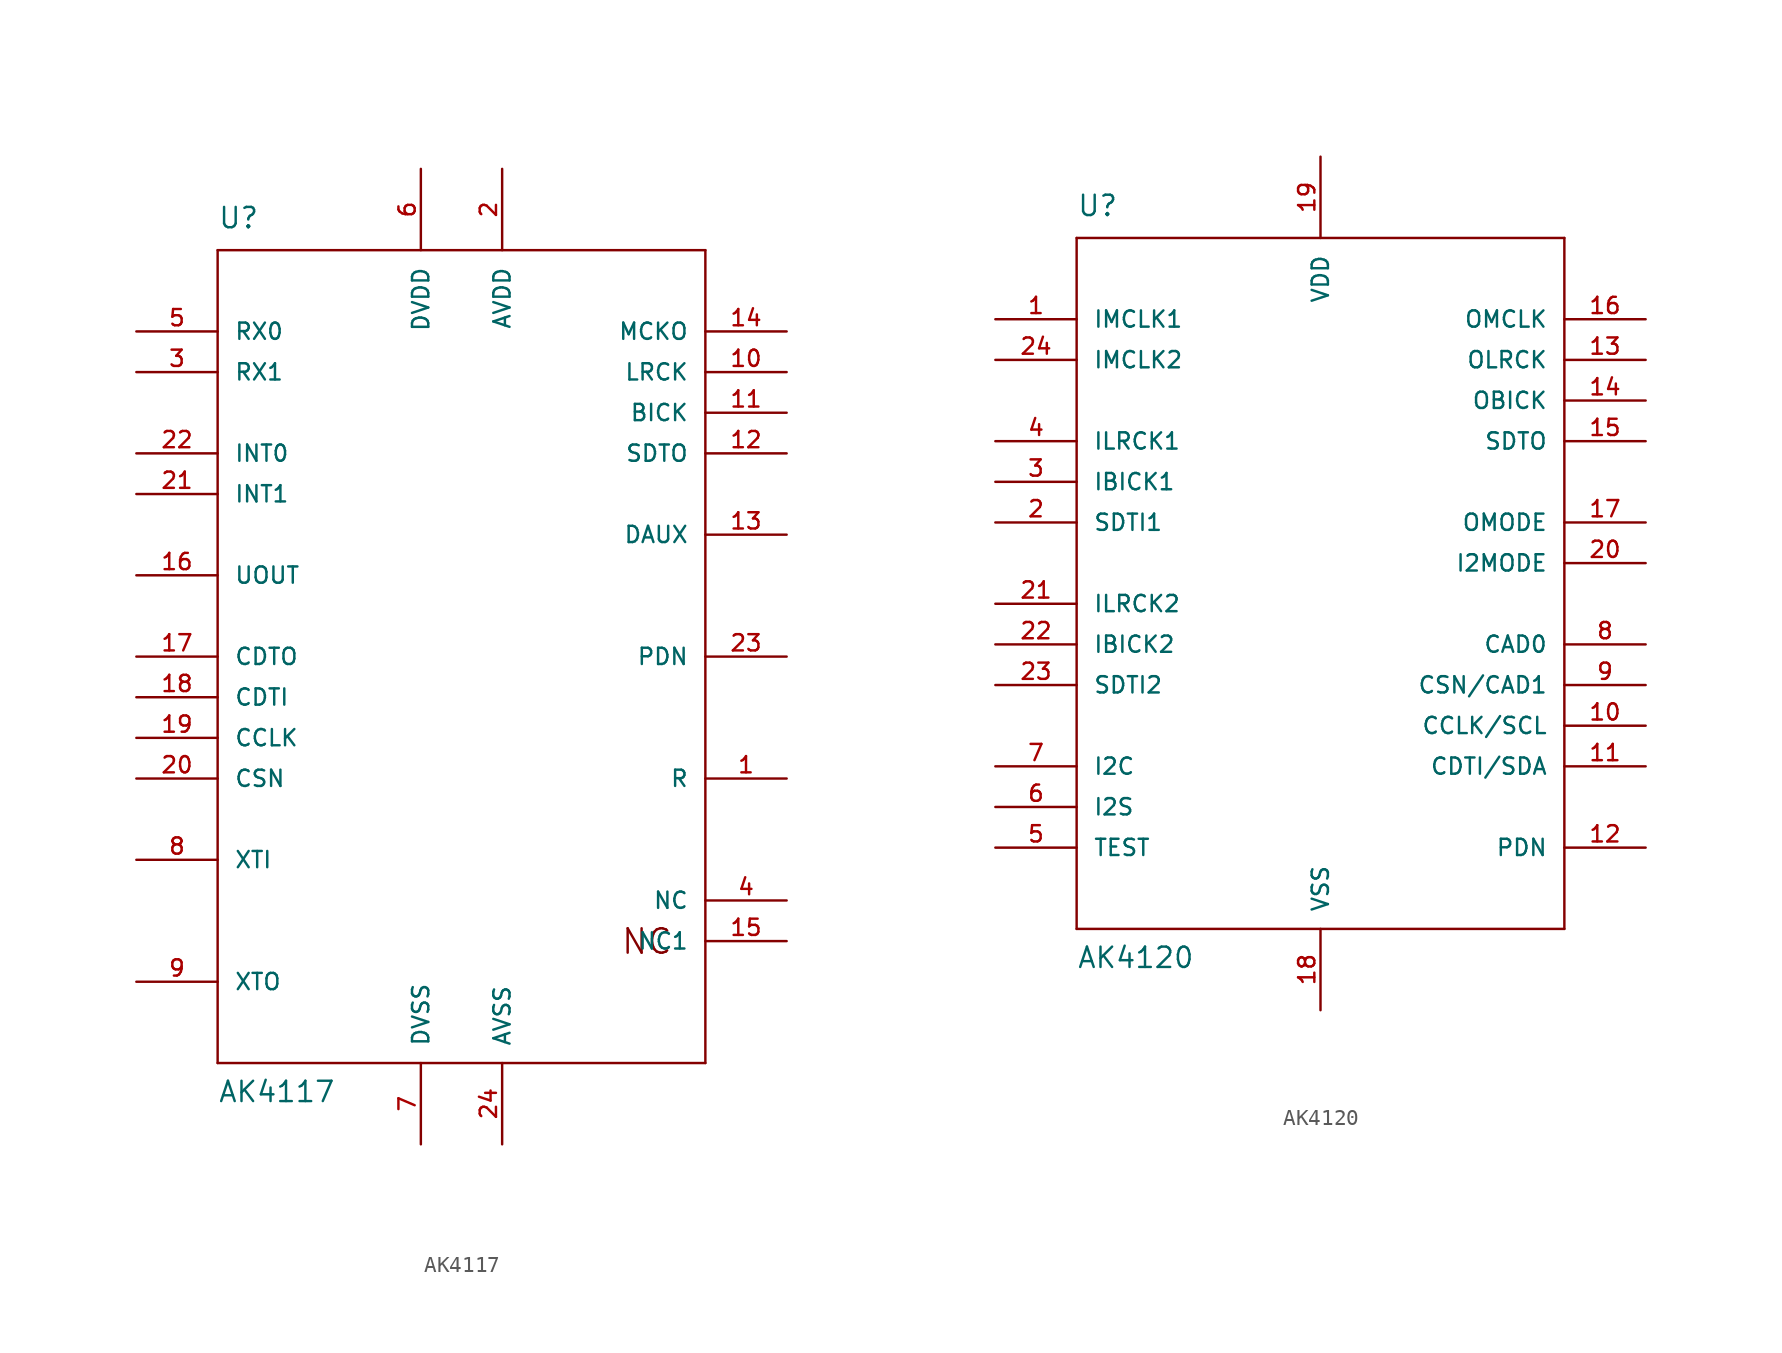
<source format=kicad_sym>
(kicad_symbol_lib
  (version 20211014)
  (generator kicad_symbol_editor)
  (symbol "AK4117"
    (pin_names
      (offset 1.016))
    (property "Reference" "U"
      (at -15.24 26.67 0)
      (effects (font (size 1.27 1.27)) (justify left bottom)))
    (property "Value" "AK4117"
      (at -15.24 -27.94 0)
      (effects (font (size 1.27 1.27)) (justify left bottom)))
    (property "ki_locked" ""
      (at 0 0 0)
      (effects (font (size 1.27 1.27))))
    (symbol "AK4117_1_0"
      (polyline (pts (xy -15.24 -25.4) (xy -15.24 25.4)) (stroke (width 0) (type default) (color 0 0 0 0)) (fill (type none)))
      (polyline (pts (xy -15.24 25.4) (xy 15.24 25.4)) (stroke (width 0) (type default) (color 0 0 0 0)) (fill (type none)))
      (polyline (pts (xy 15.24 -25.4) (xy -15.24 -25.4)) (stroke (width 0) (type default) (color 0 0 0 0)) (fill (type none)))
      (polyline (pts (xy 15.24 25.4) (xy 15.24 -25.4)) (stroke (width 0) (type default) (color 0 0 0 0)) (fill (type none)))
      (text "NC" (at 11.582 -17.805 0) (effects (font (size 1.524 1.524)))))
    (symbol "AK4117_1_1"
      (pin passive line (at 20.32 -7.62 180) (length 5.08) (name "R" (effects (font (size 1.016 1.016)))) (number "1" (effects (font (size 1.016 1.016)))))
      (pin bidirectional line (at 20.32 17.78 180) (length 5.08) (name "LRCK" (effects (font (size 1.016 1.016)))) (number "10" (effects (font (size 1.016 1.016)))))
      (pin bidirectional line (at 20.32 15.24 180) (length 5.08) (name "BICK" (effects (font (size 1.016 1.016)))) (number "11" (effects (font (size 1.016 1.016)))))
      (pin output line (at 20.32 12.7 180) (length 5.08) (name "SDTO" (effects (font (size 1.016 1.016)))) (number "12" (effects (font (size 1.016 1.016)))))
      (pin output line (at 20.32 7.62 180) (length 5.08) (name "DAUX" (effects (font (size 1.016 1.016)))) (number "13" (effects (font (size 1.016 1.016)))))
      (pin input line (at 20.32 20.32 180) (length 5.08) (name "MCKO" (effects (font (size 1.016 1.016)))) (number "14" (effects (font (size 1.016 1.016)))))
      (pin input line (at 20.32 -17.78 180) (length 5.08) (name "NC1" (effects (font (size 1.016 1.016)))) (number "15" (effects (font (size 1.016 1.016)))))
      (pin output line (at -20.32 5.08 0) (length 5.08) (name "UOUT" (effects (font (size 1.016 1.016)))) (number "16" (effects (font (size 1.016 1.016)))))
      (pin output line (at -20.32 0 0) (length 5.08) (name "CDTO" (effects (font (size 1.016 1.016)))) (number "17" (effects (font (size 1.016 1.016)))))
      (pin input line (at -20.32 -2.54 0) (length 5.08) (name "CDTI" (effects (font (size 1.016 1.016)))) (number "18" (effects (font (size 1.016 1.016)))))
      (pin input line (at -20.32 -5.08 0) (length 5.08) (name "CCLK" (effects (font (size 1.016 1.016)))) (number "19" (effects (font (size 1.016 1.016)))))
      (pin power_in line (at 2.54 30.48 270) (length 5.08) (name "AVDD" (effects (font (size 1.016 1.016)))) (number "2" (effects (font (size 1.016 1.016)))))
      (pin input line (at -20.32 -7.62 0) (length 5.08) (name "CSN" (effects (font (size 1.016 1.016)))) (number "20" (effects (font (size 1.016 1.016)))))
      (pin output line (at -20.32 10.16 0) (length 5.08) (name "INT1" (effects (font (size 1.016 1.016)))) (number "21" (effects (font (size 1.016 1.016)))))
      (pin output line (at -20.32 12.7 0) (length 5.08) (name "INT0" (effects (font (size 1.016 1.016)))) (number "22" (effects (font (size 1.016 1.016)))))
      (pin input line (at 20.32 0 180) (length 5.08) (name "PDN" (effects (font (size 1.016 1.016)))) (number "23" (effects (font (size 1.016 1.016)))))
      (pin power_in line (at 2.54 -30.48 90) (length 5.08) (name "AVSS" (effects (font (size 1.016 1.016)))) (number "24" (effects (font (size 1.016 1.016)))))
      (pin input line (at -20.32 17.78 0) (length 5.08) (name "RX1" (effects (font (size 1.016 1.016)))) (number "3" (effects (font (size 1.016 1.016)))))
      (pin input line (at 20.32 -15.24 180) (length 5.08) (name "NC" (effects (font (size 1.016 1.016)))) (number "4" (effects (font (size 1.016 1.016)))))
      (pin input line (at -20.32 20.32 0) (length 5.08) (name "RX0" (effects (font (size 1.016 1.016)))) (number "5" (effects (font (size 1.016 1.016)))))
      (pin power_in line (at -2.54 30.48 270) (length 5.08) (name "DVDD" (effects (font (size 1.016 1.016)))) (number "6" (effects (font (size 1.016 1.016)))))
      (pin power_in line (at -2.54 -30.48 90) (length 5.08) (name "DVSS" (effects (font (size 1.016 1.016)))) (number "7" (effects (font (size 1.016 1.016)))))
      (pin input line (at -20.32 -12.7 0) (length 5.08) (name "XTI" (effects (font (size 1.016 1.016)))) (number "8" (effects (font (size 1.016 1.016)))))
      (pin output line (at -20.32 -20.32 0) (length 5.08) (name "XTO" (effects (font (size 1.016 1.016)))) (number "9" (effects (font (size 1.016 1.016)))))))
  (symbol "AK4120"
    (pin_names
      (offset 1.016))
    (property "Reference" "U"
      (at -15.24 24.13 0)
      (effects (font (size 1.27 1.27)) (justify left bottom)))
    (property "Value" "AK4120"
      (at -15.24 -22.86 0)
      (effects (font (size 1.27 1.27)) (justify left bottom)))
    (property "ki_locked" ""
      (at 0 0 0)
      (effects (font (size 1.27 1.27))))
    (symbol "AK4120_1_0"
      (polyline (pts (xy -15.24 -20.32) (xy -15.24 22.86)) (stroke (width 0) (type default) (color 0 0 0 0)) (fill (type none)))
      (polyline (pts (xy -15.24 22.86) (xy 15.24 22.86)) (stroke (width 0) (type default) (color 0 0 0 0)) (fill (type none)))
      (polyline (pts (xy 15.24 -20.32) (xy -15.24 -20.32)) (stroke (width 0) (type default) (color 0 0 0 0)) (fill (type none)))
      (polyline (pts (xy 15.24 22.86) (xy 15.24 -20.32)) (stroke (width 0) (type default) (color 0 0 0 0)) (fill (type none))))
    (symbol "AK4120_1_1"
      (pin input line (at -20.32 17.78 0) (length 5.08) (name "IMCLK1" (effects (font (size 1.016 1.016)))) (number "1" (effects (font (size 1.016 1.016)))))
      (pin input line (at 20.32 -7.62 180) (length 5.08) (name "CCLK/SCL" (effects (font (size 1.016 1.016)))) (number "10" (effects (font (size 1.016 1.016)))))
      (pin bidirectional line (at 20.32 -10.16 180) (length 5.08) (name "CDTI/SDA" (effects (font (size 1.016 1.016)))) (number "11" (effects (font (size 1.016 1.016)))))
      (pin input line (at 20.32 -15.24 180) (length 5.08) (name "PDN" (effects (font (size 1.016 1.016)))) (number "12" (effects (font (size 1.016 1.016)))))
      (pin bidirectional line (at 20.32 15.24 180) (length 5.08) (name "OLRCK" (effects (font (size 1.016 1.016)))) (number "13" (effects (font (size 1.016 1.016)))))
      (pin bidirectional line (at 20.32 12.7 180) (length 5.08) (name "OBICK" (effects (font (size 1.016 1.016)))) (number "14" (effects (font (size 1.016 1.016)))))
      (pin output line (at 20.32 10.16 180) (length 5.08) (name "SDTO" (effects (font (size 1.016 1.016)))) (number "15" (effects (font (size 1.016 1.016)))))
      (pin input line (at 20.32 17.78 180) (length 5.08) (name "OMCLK" (effects (font (size 1.016 1.016)))) (number "16" (effects (font (size 1.016 1.016)))))
      (pin bidirectional line (at 20.32 5.08 180) (length 5.08) (name "OMODE" (effects (font (size 1.016 1.016)))) (number "17" (effects (font (size 1.016 1.016)))))
      (pin power_in line (at 0 -25.4 90) (length 5.08) (name "VSS" (effects (font (size 1.016 1.016)))) (number "18" (effects (font (size 1.016 1.016)))))
      (pin power_in line (at 0 27.94 270) (length 5.08) (name "VDD" (effects (font (size 1.016 1.016)))) (number "19" (effects (font (size 1.016 1.016)))))
      (pin input line (at -20.32 5.08 0) (length 5.08) (name "SDTI1" (effects (font (size 1.016 1.016)))) (number "2" (effects (font (size 1.016 1.016)))))
      (pin input line (at 20.32 2.54 180) (length 5.08) (name "I2MODE" (effects (font (size 1.016 1.016)))) (number "20" (effects (font (size 1.016 1.016)))))
      (pin bidirectional line (at -20.32 0 0) (length 5.08) (name "ILRCK2" (effects (font (size 1.016 1.016)))) (number "21" (effects (font (size 1.016 1.016)))))
      (pin bidirectional line (at -20.32 -2.54 0) (length 5.08) (name "IBICK2" (effects (font (size 1.016 1.016)))) (number "22" (effects (font (size 1.016 1.016)))))
      (pin input line (at -20.32 -5.08 0) (length 5.08) (name "SDTI2" (effects (font (size 1.016 1.016)))) (number "23" (effects (font (size 1.016 1.016)))))
      (pin input line (at -20.32 15.24 0) (length 5.08) (name "IMCLK2" (effects (font (size 1.016 1.016)))) (number "24" (effects (font (size 1.016 1.016)))))
      (pin input line (at -20.32 7.62 0) (length 5.08) (name "IBICK1" (effects (font (size 1.016 1.016)))) (number "3" (effects (font (size 1.016 1.016)))))
      (pin input line (at -20.32 10.16 0) (length 5.08) (name "ILRCK1" (effects (font (size 1.016 1.016)))) (number "4" (effects (font (size 1.016 1.016)))))
      (pin bidirectional line (at -20.32 -15.24 0) (length 5.08) (name "TEST" (effects (font (size 1.016 1.016)))) (number "5" (effects (font (size 1.016 1.016)))))
      (pin input line (at -20.32 -12.7 0) (length 5.08) (name "I2S" (effects (font (size 1.016 1.016)))) (number "6" (effects (font (size 1.016 1.016)))))
      (pin input line (at -20.32 -10.16 0) (length 5.08) (name "I2C" (effects (font (size 1.016 1.016)))) (number "7" (effects (font (size 1.016 1.016)))))
      (pin input line (at 20.32 -2.54 180) (length 5.08) (name "CAD0" (effects (font (size 1.016 1.016)))) (number "8" (effects (font (size 1.016 1.016)))))
      (pin input line (at 20.32 -5.08 180) (length 5.08) (name "CSN/CAD1" (effects (font (size 1.016 1.016)))) (number "9" (effects (font (size 1.016 1.016))))))))
</source>
